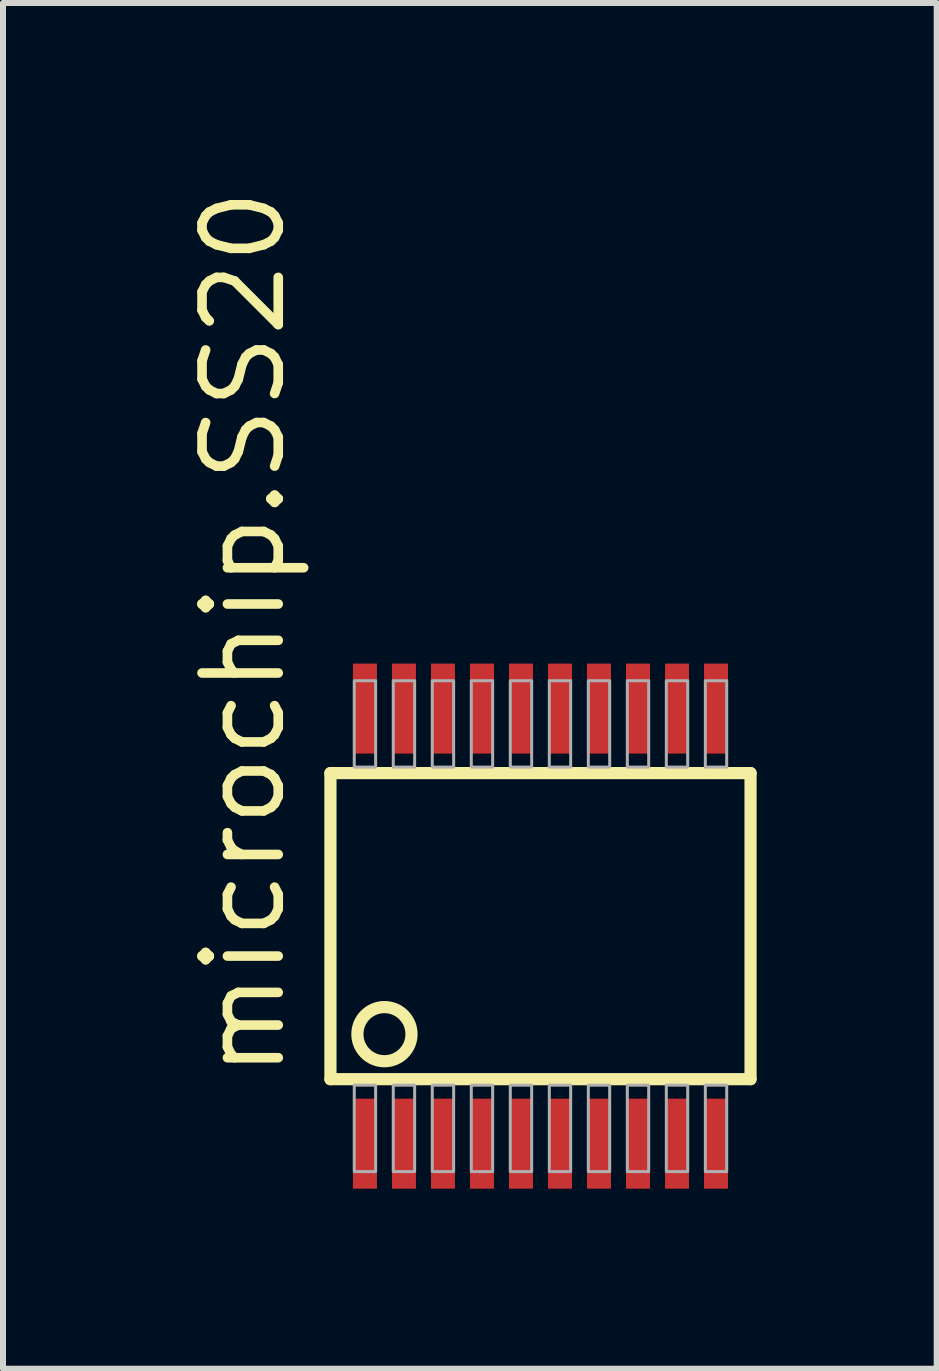
<source format=kicad_pcb>
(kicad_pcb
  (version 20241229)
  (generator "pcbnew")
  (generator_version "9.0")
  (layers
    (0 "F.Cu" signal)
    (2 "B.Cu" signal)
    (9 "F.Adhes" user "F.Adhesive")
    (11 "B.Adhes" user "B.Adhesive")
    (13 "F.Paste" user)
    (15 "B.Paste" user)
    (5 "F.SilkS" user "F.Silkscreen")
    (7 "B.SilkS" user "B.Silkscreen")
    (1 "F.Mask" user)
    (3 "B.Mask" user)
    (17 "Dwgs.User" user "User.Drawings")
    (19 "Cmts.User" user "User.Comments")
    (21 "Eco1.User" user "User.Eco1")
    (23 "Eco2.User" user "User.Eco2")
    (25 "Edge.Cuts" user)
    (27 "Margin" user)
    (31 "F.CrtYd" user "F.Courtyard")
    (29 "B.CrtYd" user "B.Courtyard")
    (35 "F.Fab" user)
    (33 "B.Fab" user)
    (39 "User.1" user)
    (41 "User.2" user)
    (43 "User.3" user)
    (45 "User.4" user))
  (footprint "microchip.SS20"
    (layer "F.Cu")
    (at 5.956 12.382)
    (property "Reference" "microchip.SS20" (at -4.206 2.6 90) (layer "F.SilkS") (effects (font (size 1.27 1.27) (thickness 0.16)) (justify left bottom)))
    (attr smd)
    (fp_line (start -3.5 -2.55) (end -3.5 2.55) (stroke (width 0.203) (type default)) (layer "F.SilkS"))
    (fp_line (start -3.5 2.55) (end 3.5 2.55) (stroke (width 0.203) (type default)) (layer "F.SilkS"))
    (fp_line (start 3.5 -2.55) (end -3.5 -2.55) (stroke (width 0.203) (type default)) (layer "F.SilkS"))
    (fp_line (start 3.5 2.55) (end 3.5 -2.55) (stroke (width 0.203) (type default)) (layer "F.SilkS"))
    (fp_circle (center -2.6 1.8) (end -2.149 1.8) (stroke (width 0.203) (type default)) (fill no) (layer "F.SilkS"))
    (fp_rect (start -3.103 4.09) (end -2.747 2.65) (stroke (width 0.05) (type default)) (fill no) (layer "F.Fab"))
    (fp_rect (start -3.103 -2.65) (end -2.747 -4.09) (stroke (width 0.05) (type default)) (fill no) (layer "F.Fab"))
    (fp_rect (start -2.453 4.09) (end -2.097 2.65) (stroke (width 0.05) (type default)) (fill no) (layer "F.Fab"))
    (fp_rect (start -2.453 -2.65) (end -2.097 -4.09) (stroke (width 0.05) (type default)) (fill no) (layer "F.Fab"))
    (fp_rect (start -1.803 4.09) (end -1.447 2.65) (stroke (width 0.05) (type default)) (fill no) (layer "F.Fab"))
    (fp_rect (start -1.803 -2.65) (end -1.447 -4.09) (stroke (width 0.05) (type default)) (fill no) (layer "F.Fab"))
    (fp_rect (start -1.153 4.09) (end -0.797 2.65) (stroke (width 0.05) (type default)) (fill no) (layer "F.Fab"))
    (fp_rect (start -1.153 -2.65) (end -0.797 -4.09) (stroke (width 0.05) (type default)) (fill no) (layer "F.Fab"))
    (fp_rect (start -0.503 4.09) (end -0.147 2.65) (stroke (width 0.05) (type default)) (fill no) (layer "F.Fab"))
    (fp_rect (start -0.503 -2.65) (end -0.147 -4.09) (stroke (width 0.05) (type default)) (fill no) (layer "F.Fab"))
    (fp_rect (start 0.147 4.09) (end 0.503 2.65) (stroke (width 0.05) (type default)) (fill no) (layer "F.Fab"))
    (fp_rect (start 0.147 -2.65) (end 0.503 -4.09) (stroke (width 0.05) (type default)) (fill no) (layer "F.Fab"))
    (fp_rect (start 0.797 4.09) (end 1.153 2.65) (stroke (width 0.05) (type default)) (fill no) (layer "F.Fab"))
    (fp_rect (start 0.797 -2.65) (end 1.153 -4.09) (stroke (width 0.05) (type default)) (fill no) (layer "F.Fab"))
    (fp_rect (start 1.447 -2.65) (end 1.803 -4.09) (stroke (width 0.05) (type default)) (fill no) (layer "F.Fab"))
    (fp_rect (start 1.447 4.09) (end 1.803 2.65) (stroke (width 0.05) (type default)) (fill no) (layer "F.Fab"))
    (fp_rect (start 2.097 -2.65) (end 2.453 -4.09) (stroke (width 0.05) (type default)) (fill no) (layer "F.Fab"))
    (fp_rect (start 2.097 4.09) (end 2.453 2.65) (stroke (width 0.05) (type default)) (fill no) (layer "F.Fab"))
    (fp_rect (start 2.747 -2.65) (end 3.103 -4.09) (stroke (width 0.05) (type default)) (fill no) (layer "F.Fab"))
    (fp_rect (start 2.747 4.09) (end 3.103 2.65) (stroke (width 0.05) (type default)) (fill no) (layer "F.Fab"))
    (pad "1" smd roundrect (at -2.925 3.625) (size 0.4 1.5) (layers "F.Cu" "F.Mask" "F.Paste") (roundrect_rratio 0.01))
    (pad "2" smd roundrect (at -2.275 3.625) (size 0.4 1.5) (layers "F.Cu" "F.Mask" "F.Paste") (roundrect_rratio 0.01))
    (pad "3" smd roundrect (at -1.625 3.625) (size 0.4 1.5) (layers "F.Cu" "F.Mask" "F.Paste") (roundrect_rratio 0.01))
    (pad "4" smd roundrect (at -0.975 3.625) (size 0.4 1.5) (layers "F.Cu" "F.Mask" "F.Paste") (roundrect_rratio 0.01))
    (pad "5" smd roundrect (at -0.325 3.625) (size 0.4 1.5) (layers "F.Cu" "F.Mask" "F.Paste") (roundrect_rratio 0.01))
    (pad "6" smd roundrect (at 0.325 3.625) (size 0.4 1.5) (layers "F.Cu" "F.Mask" "F.Paste") (roundrect_rratio 0.01))
    (pad "7" smd roundrect (at 0.975 3.625) (size 0.4 1.5) (layers "F.Cu" "F.Mask" "F.Paste") (roundrect_rratio 0.01))
    (pad "8" smd roundrect (at 1.625 3.625) (size 0.4 1.5) (layers "F.Cu" "F.Mask" "F.Paste") (roundrect_rratio 0.01))
    (pad "9" smd roundrect (at 2.275 3.625) (size 0.4 1.5) (layers "F.Cu" "F.Mask" "F.Paste") (roundrect_rratio 0.01))
    (pad "10" smd roundrect (at 2.925 3.625) (size 0.4 1.5) (layers "F.Cu" "F.Mask" "F.Paste") (roundrect_rratio 0.01))
    (pad "11" smd roundrect (at 2.925 -3.625) (size 0.4 1.5) (layers "F.Cu" "F.Mask" "F.Paste") (roundrect_rratio 0.01))
    (pad "12" smd roundrect (at 2.275 -3.625) (size 0.4 1.5) (layers "F.Cu" "F.Mask" "F.Paste") (roundrect_rratio 0.01))
    (pad "13" smd roundrect (at 1.625 -3.625) (size 0.4 1.5) (layers "F.Cu" "F.Mask" "F.Paste") (roundrect_rratio 0.01))
    (pad "14" smd roundrect (at 0.975 -3.625) (size 0.4 1.5) (layers "F.Cu" "F.Mask" "F.Paste") (roundrect_rratio 0.01))
    (pad "15" smd roundrect (at 0.325 -3.625) (size 0.4 1.5) (layers "F.Cu" "F.Mask" "F.Paste") (roundrect_rratio 0.01))
    (pad "16" smd roundrect (at -0.325 -3.625) (size 0.4 1.5) (layers "F.Cu" "F.Mask" "F.Paste") (roundrect_rratio 0.01))
    (pad "17" smd roundrect (at -0.975 -3.625) (size 0.4 1.5) (layers "F.Cu" "F.Mask" "F.Paste") (roundrect_rratio 0.01))
    (pad "18" smd roundrect (at -1.625 -3.625) (size 0.4 1.5) (layers "F.Cu" "F.Mask" "F.Paste") (roundrect_rratio 0.01))
    (pad "19" smd roundrect (at -2.275 -3.625) (size 0.4 1.5) (layers "F.Cu" "F.Mask" "F.Paste") (roundrect_rratio 0.01))
    (pad "20" smd roundrect (at -2.925 -3.625) (size 0.4 1.5) (layers "F.Cu" "F.Mask" "F.Paste") (roundrect_rratio 0.01)))
  (gr_rect
    (start -3 -3)
    (end 12.558 19.757)
    (stroke (width 0.1) (type default))
    (fill no)
    (layer "Edge.Cuts")))
</source>
